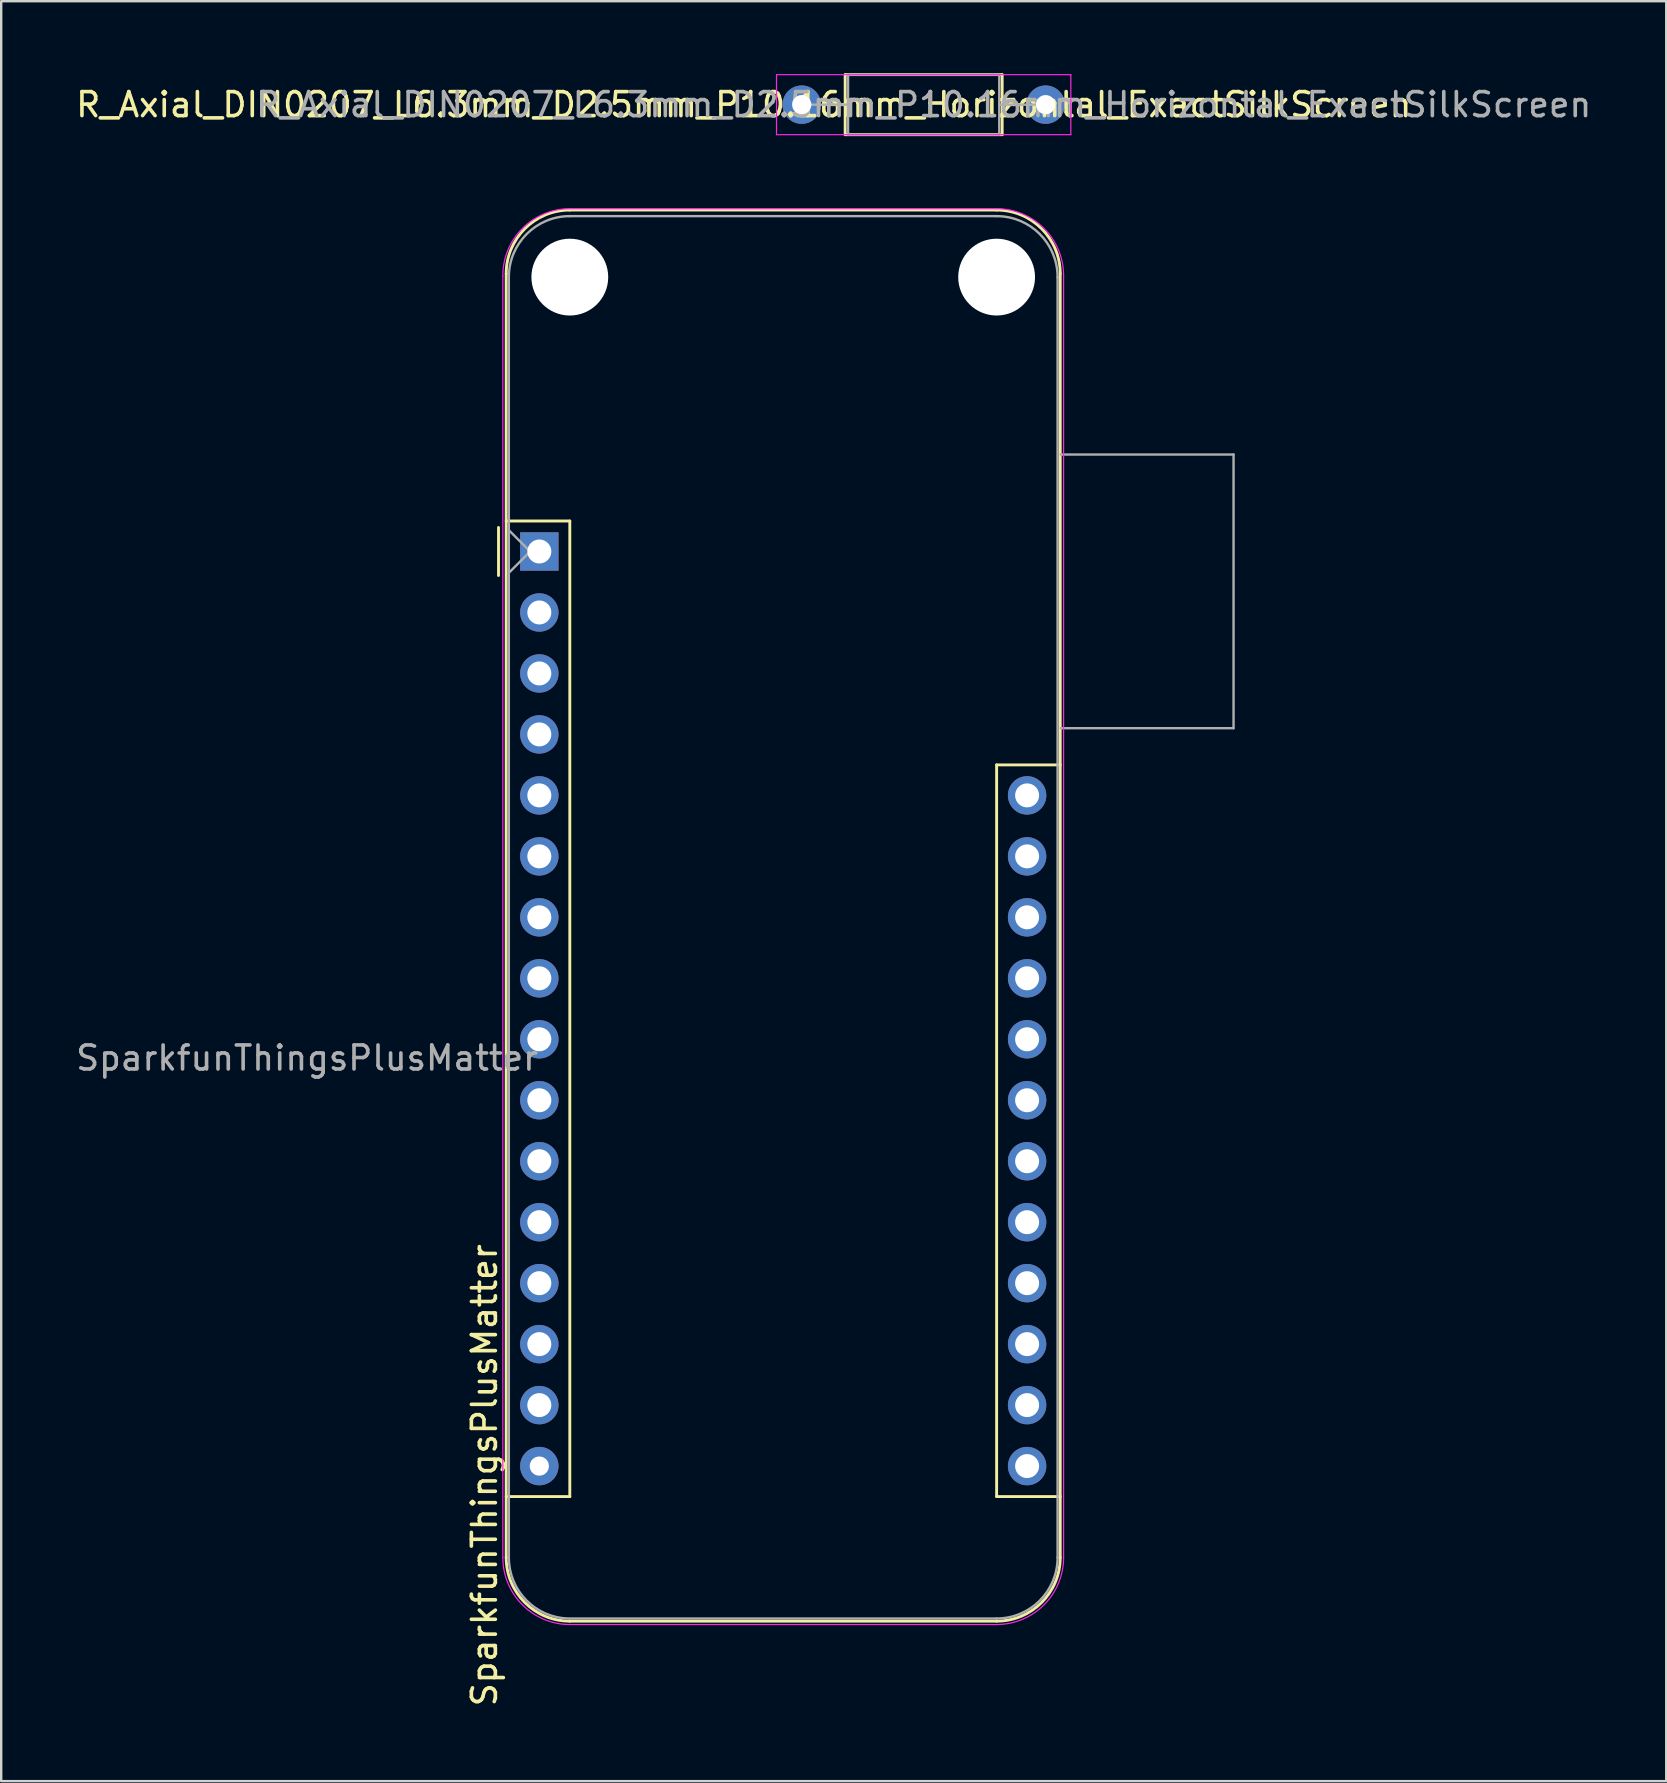
<source format=kicad_pcb>
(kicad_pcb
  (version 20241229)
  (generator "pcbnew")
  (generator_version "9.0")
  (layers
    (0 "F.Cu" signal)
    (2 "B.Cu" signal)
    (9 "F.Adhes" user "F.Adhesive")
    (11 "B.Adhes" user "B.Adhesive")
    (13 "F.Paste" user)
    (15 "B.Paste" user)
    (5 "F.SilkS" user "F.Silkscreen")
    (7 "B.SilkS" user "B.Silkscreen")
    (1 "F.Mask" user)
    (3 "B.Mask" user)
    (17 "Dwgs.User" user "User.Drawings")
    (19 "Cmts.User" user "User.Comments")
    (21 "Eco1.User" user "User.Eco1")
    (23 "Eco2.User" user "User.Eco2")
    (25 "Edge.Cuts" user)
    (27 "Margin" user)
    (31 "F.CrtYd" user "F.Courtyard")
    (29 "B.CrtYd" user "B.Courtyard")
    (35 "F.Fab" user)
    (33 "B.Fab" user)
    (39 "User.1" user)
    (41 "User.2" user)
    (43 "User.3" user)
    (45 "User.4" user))
  (footprint "R_Axial_DIN0207_L6.3mm_D2.5mm_P10.16mm_Horizontal_ExactSilkScreen"
    (layer "F.Cu")
    (at 30.348 1.31)
    (property "Reference" "R_Axial_DIN0207_L6.3mm_D2.5mm_P10.16mm_Horizontal_ExactSilkScreen" (at -2.413 0 180) (layer "F.SilkS") (effects (font (size 1 1) (thickness 0.15))))
    (attr through_hole)
    (fp_line (start 1.04 0) (end 1.81 0) (stroke (width 0.12) (type solid)) (layer "F.SilkS"))
    (fp_line (start 1.81 -1.25) (end 1.81 1.25) (stroke (width 0.12) (type solid)) (layer "F.SilkS"))
    (fp_line (start 1.81 1.25) (end 8.35 1.25) (stroke (width 0.12) (type solid)) (layer "F.SilkS"))
    (fp_line (start 8.35 -1.25) (end 1.81 -1.25) (stroke (width 0.12) (type solid)) (layer "F.SilkS"))
    (fp_line (start 8.35 1.25) (end 8.35 -1.25) (stroke (width 0.12) (type solid)) (layer "F.SilkS"))
    (fp_line (start 9.12 0) (end 8.35 0) (stroke (width 0.12) (type solid)) (layer "F.SilkS"))
    (fp_line (start -1.05 -1.25) (end -1.05 1.25) (stroke (width 0.05) (type solid)) (layer "F.CrtYd"))
    (fp_line (start -1.05 1.25) (end 11.21 1.25) (stroke (width 0.05) (type solid)) (layer "F.CrtYd"))
    (fp_line (start 11.21 -1.25) (end -1.05 -1.25) (stroke (width 0.05) (type solid)) (layer "F.CrtYd"))
    (fp_line (start 11.21 1.25) (end 11.21 -1.25) (stroke (width 0.05) (type solid)) (layer "F.CrtYd"))
    (fp_line (start 0 0) (end 1.93 0) (stroke (width 0.1) (type solid)) (layer "F.Fab"))
    (fp_line (start 1.93 -1.25) (end 1.93 1.25) (stroke (width 0.1) (type solid)) (layer "F.Fab"))
    (fp_line (start 1.93 1.25) (end 8.23 1.25) (stroke (width 0.1) (type solid)) (layer "F.Fab"))
    (fp_line (start 8.23 -1.25) (end 1.93 -1.25) (stroke (width 0.1) (type solid)) (layer "F.Fab"))
    (fp_line (start 8.23 1.25) (end 8.23 -1.25) (stroke (width 0.1) (type solid)) (layer "F.Fab"))
    (fp_line (start 10.16 0) (end 8.23 0) (stroke (width 0.1) (type solid)) (layer "F.Fab"))
    (fp_text user "${REFERENCE}" (at 5.08 0 180) (layer "F.Fab") (effects (font (size 1 1) (thickness 0.15))))
    (pad "1" thru_hole circle (at 0 0) (size 1.6 1.6) (drill 0.8) (layers "*.Cu" "*.Mask"))
    (pad "2" thru_hole oval (at 10.16 0) (size 1.6 1.6) (drill 0.8) (layers "*.Cu" "*.Mask")))
  (footprint "SparkfunThingsPlusMatter"
    (layer "F.Cu")
    (at 19.417 19.924)
    (property "Reference" "SparkfunThingsPlusMatter" (at -2.286 38.481 270) (layer "F.SilkS") (effects (font (size 1 1) (thickness 0.15))))
    (attr through_hole)
    (fp_line (start -1.7 1) (end -1.7 -1) (stroke (width 0.12) (type solid)) (layer "F.SilkS"))
    (fp_line (start -1.38 -11.574) (end -1.38 41.91) (stroke (width 0.12) (type solid)) (layer "F.SilkS"))
    (fp_line (start -1.38 -1.27) (end 1.27 -1.27) (stroke (width 0.12) (type default)) (layer "F.SilkS"))
    (fp_line (start 1.27 -1.27) (end 1.27 39.37) (stroke (width 0.12) (type default)) (layer "F.SilkS"))
    (fp_line (start 1.27 39.37) (end -1.38 39.37) (stroke (width 0.12) (type default)) (layer "F.SilkS"))
    (fp_line (start 19.05 -14.224) (end 1.27 -14.224) (stroke (width 0.12) (type solid)) (layer "F.SilkS"))
    (fp_line (start 19.05 8.89) (end 21.7 8.89) (stroke (width 0.12) (type default)) (layer "F.SilkS"))
    (fp_line (start 19.05 39.37) (end 19.05 8.89) (stroke (width 0.12) (type default)) (layer "F.SilkS"))
    (fp_line (start 19.05 44.56) (end 1.27 44.56) (stroke (width 0.12) (type solid)) (layer "F.SilkS"))
    (fp_line (start 21.7 -11.574) (end 21.7 41.91) (stroke (width 0.12) (type solid)) (layer "F.SilkS"))
    (fp_line (start 21.7 39.37) (end 19.05 39.37) (stroke (width 0.12) (type default)) (layer "F.SilkS"))
    (fp_arc (start -1.38 -11.574) (mid -0.603833 -13.447833) (end 1.27 -14.224) (stroke (width 0.12) (type solid)) (layer "F.SilkS"))
    (fp_arc (start 1.27 44.56) (mid -0.603833 43.783833) (end -1.38 41.91) (stroke (width 0.12) (type solid)) (layer "F.SilkS"))
    (fp_arc (start 19.05 -14.224) (mid 20.923833 -13.447833) (end 21.7 -11.574) (stroke (width 0.12) (type solid)) (layer "F.SilkS"))
    (fp_arc (start 21.7 41.91) (mid 20.923833 43.783833) (end 19.05 44.56) (stroke (width 0.12) (type solid)) (layer "F.SilkS"))
    (fp_line (start -1.52 41.91) (end -1.52 -11.489) (stroke (width 0.05) (type solid)) (layer "F.CrtYd"))
    (fp_line (start 19.05 -14.279) (end 1.27 -14.279) (stroke (width 0.05) (type solid)) (layer "F.CrtYd"))
    (fp_line (start 19.05 44.7) (end 1.27 44.7) (stroke (width 0.05) (type solid)) (layer "F.CrtYd"))
    (fp_line (start 21.84 41.91) (end 21.84 -11.489) (stroke (width 0.05) (type solid)) (layer "F.CrtYd"))
    (fp_arc (start -1.52 -11.489172) (mid -0.702828 -13.462) (end 1.27 -14.279172) (stroke (width 0.05) (type solid)) (layer "F.CrtYd"))
    (fp_arc (start 1.27 44.7) (mid -0.702828 43.882828) (end -1.52 41.91) (stroke (width 0.05) (type solid)) (layer "F.CrtYd"))
    (fp_arc (start 19.05 -14.279172) (mid 21.022818 -13.461998) (end 21.84 -11.489172) (stroke (width 0.05) (type solid)) (layer "F.CrtYd"))
    (fp_arc (start 21.84 41.91) (mid 21.022828 43.882828) (end 19.05 44.7) (stroke (width 0.05) (type solid)) (layer "F.CrtYd"))
    (fp_line (start -1.27 -11.43) (end -1.27 41.91) (stroke (width 0.1) (type solid)) (layer "F.Fab"))
    (fp_line (start -1.27 -0.889) (end -0.381 0) (stroke (width 0.1) (type solid)) (layer "F.Fab"))
    (fp_line (start -0.381 0) (end -1.27 0.889) (stroke (width 0.1) (type solid)) (layer "F.Fab"))
    (fp_line (start 1.27 44.45) (end 19.05 44.45) (stroke (width 0.1) (type solid)) (layer "F.Fab"))
    (fp_line (start 19.05 -13.97) (end 1.27 -13.97) (stroke (width 0.1) (type solid)) (layer "F.Fab"))
    (fp_line (start 21.59 41.91) (end 21.59 -11.43) (stroke (width 0.1) (type solid)) (layer "F.Fab"))
    (fp_line (start 21.72 7.36) (end 28.92 7.36) (stroke (width 0.1) (type default)) (layer "F.Fab"))
    (fp_line (start 28.92 -4.04) (end 21.72 -4.04) (stroke (width 0.1) (type default)) (layer "F.Fab"))
    (fp_line (start 28.92 7.36) (end 28.92 -4.04) (stroke (width 0.1) (type default)) (layer "F.Fab"))
    (fp_arc (start -1.27 -11.43) (mid -0.526051 -13.226051) (end 1.27 -13.97) (stroke (width 0.1) (type solid)) (layer "F.Fab"))
    (fp_arc (start 1.221238 44.449532) (mid -0.543209 43.688728) (end -1.27 41.91) (stroke (width 0.1) (type solid)) (layer "F.Fab"))
    (fp_arc (start 19.05 -13.97) (mid 20.846051 -13.226051) (end 21.59 -11.43) (stroke (width 0.1) (type solid)) (layer "F.Fab"))
    (fp_arc (start 21.59 41.91) (mid 20.846051 43.706051) (end 19.05 44.45) (stroke (width 0.1) (type solid)) (layer "F.Fab"))
    (fp_text user "${REFERENCE}" (at -9.672 21.102 180) (layer "F.Fab") (effects (font (size 1 1) (thickness 0.15))))
    (pad "" np_thru_hole circle (at 1.27 -11.43 270) (size 3.2 3.2) (drill 3.3) (layers "*.Cu" "*.Mask"))
    (pad "" np_thru_hole circle (at 19.05 -11.43 270) (size 3.2 3.2) (drill 3.3) (layers "*.Cu" "*.Mask"))
    (pad "1" thru_hole rect (at 0 0 180) (size 1.6 1.6) (drill 1) (layers "*.Cu" "*.Mask"))
    (pad "2" thru_hole circle (at 0 2.54 180) (size 1.6 1.6) (drill 1) (layers "*.Cu" "*.Mask"))
    (pad "3" thru_hole circle (at 0 5.08 180) (size 1.6 1.6) (drill 1) (layers "*.Cu" "*.Mask"))
    (pad "4" thru_hole circle (at 0 7.62 180) (size 1.6 1.6) (drill 1) (layers "*.Cu" "*.Mask"))
    (pad "5" thru_hole circle (at 0 10.16 180) (size 1.6 1.6) (drill 1) (layers "*.Cu" "*.Mask"))
    (pad "6" thru_hole circle (at 0 12.7 180) (size 1.6 1.6) (drill 1) (layers "*.Cu" "*.Mask"))
    (pad "7" thru_hole circle (at 0 15.24 180) (size 1.6 1.6) (drill 1) (layers "*.Cu" "*.Mask"))
    (pad "8" thru_hole circle (at 0 17.78 180) (size 1.6 1.6) (drill 1) (layers "*.Cu" "*.Mask"))
    (pad "9" thru_hole circle (at 0 20.32 180) (size 1.6 1.6) (drill 1) (layers "*.Cu" "*.Mask"))
    (pad "10" thru_hole circle (at 0 22.86 180) (size 1.6 1.6) (drill 1) (layers "*.Cu" "*.Mask"))
    (pad "11" thru_hole circle (at 0 25.4 180) (size 1.6 1.6) (drill 1) (layers "*.Cu" "*.Mask"))
    (pad "12" thru_hole circle (at 0 27.94 180) (size 1.6 1.6) (drill 1) (layers "*.Cu" "*.Mask"))
    (pad "13" thru_hole circle (at 0 30.48 180) (size 1.6 1.6) (drill 1) (layers "*.Cu" "*.Mask"))
    (pad "14" thru_hole circle (at 0 33.02 180) (size 1.6 1.6) (drill 1) (layers "*.Cu" "*.Mask"))
    (pad "15" thru_hole circle (at 0 35.56 180) (size 1.6 1.6) (drill 1) (layers "*.Cu" "*.Mask"))
    (pad "16" thru_hole circle (at 0 38.1 180) (size 1.6 1.6) (drill 0.8) (layers "*.Cu" "*.Mask"))
    (pad "17" thru_hole circle (at 20.32 38.1 180) (size 1.6 1.6) (drill 1) (layers "*.Cu" "*.Mask"))
    (pad "18" thru_hole circle (at 20.32 35.56 180) (size 1.6 1.6) (drill 1) (layers "*.Cu" "*.Mask"))
    (pad "19" thru_hole circle (at 20.32 33.02 180) (size 1.6 1.6) (drill 1) (layers "*.Cu" "*.Mask"))
    (pad "20" thru_hole circle (at 20.32 30.48 180) (size 1.6 1.6) (drill 1) (layers "*.Cu" "*.Mask"))
    (pad "21" thru_hole circle (at 20.32 27.94 180) (size 1.6 1.6) (drill 1) (layers "*.Cu" "*.Mask"))
    (pad "22" thru_hole circle (at 20.32 25.4 180) (size 1.6 1.6) (drill 1) (layers "*.Cu" "*.Mask"))
    (pad "23" thru_hole circle (at 20.32 22.86 180) (size 1.6 1.6) (drill 1) (layers "*.Cu" "*.Mask"))
    (pad "24" thru_hole circle (at 20.32 20.32 180) (size 1.6 1.6) (drill 1) (layers "*.Cu" "*.Mask"))
    (pad "25" thru_hole circle (at 20.32 17.78 180) (size 1.6 1.6) (drill 1) (layers "*.Cu" "*.Mask"))
    (pad "26" thru_hole circle (at 20.32 15.24 180) (size 1.6 1.6) (drill 1) (layers "*.Cu" "*.Mask"))
    (pad "27" thru_hole circle (at 20.32 12.7 180) (size 1.6 1.6) (drill 1) (layers "*.Cu" "*.Mask"))
    (pad "28" thru_hole circle (at 20.32 10.16 180) (size 1.6 1.6) (drill 1) (layers "*.Cu" "*.Mask")))
  (gr_rect
    (start -3 -3)
    (end 66.362 71.149)
    (stroke (width 0.1) (type default))
    (fill no)
    (layer "Edge.Cuts")))
</source>
